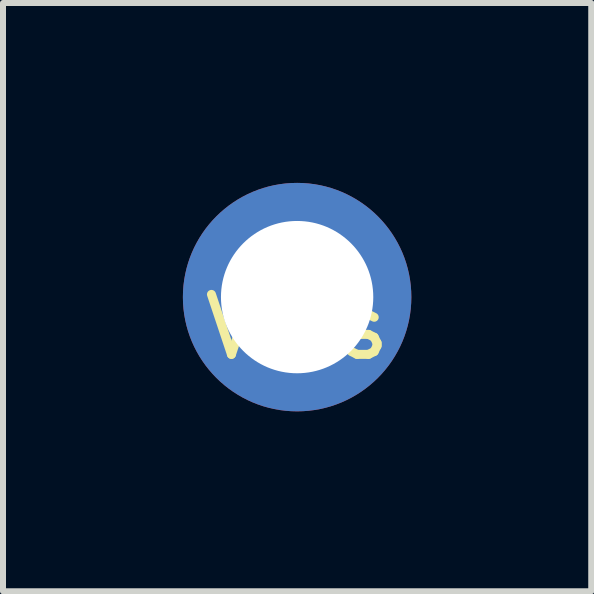
<source format=kicad_pcb>
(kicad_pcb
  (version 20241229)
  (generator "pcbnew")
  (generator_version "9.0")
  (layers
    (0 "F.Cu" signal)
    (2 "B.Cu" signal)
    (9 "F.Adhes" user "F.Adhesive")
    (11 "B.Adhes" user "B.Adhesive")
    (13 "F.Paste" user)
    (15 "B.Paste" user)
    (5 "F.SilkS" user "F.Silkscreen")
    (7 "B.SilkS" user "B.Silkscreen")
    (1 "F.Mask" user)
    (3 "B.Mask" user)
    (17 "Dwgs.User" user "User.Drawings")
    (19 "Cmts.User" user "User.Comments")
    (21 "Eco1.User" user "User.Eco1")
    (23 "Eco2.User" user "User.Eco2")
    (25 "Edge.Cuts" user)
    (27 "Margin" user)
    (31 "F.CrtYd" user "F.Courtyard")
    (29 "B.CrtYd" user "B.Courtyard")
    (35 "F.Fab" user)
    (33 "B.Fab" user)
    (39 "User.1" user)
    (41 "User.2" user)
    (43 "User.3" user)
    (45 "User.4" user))
  (footprint "Vias"
    (layer "F.Cu")
    (at 1.905 1.905)
    (property "Reference" "Vias" (at 0 0.5 0) (layer "F.SilkS") (effects (font (size 1 1) (thickness 0.15))))
    (attr through_hole)
    (pad "1" thru_hole circle (at 0 0) (size 3.81 3.81) (drill 2.54) (layers "*.Cu" "*.Mask")))
  (gr_rect
    (start -3 -3)
    (end 6.81 6.81)
    (stroke (width 0.1) (type default))
    (fill no)
    (layer "Edge.Cuts")))
</source>
